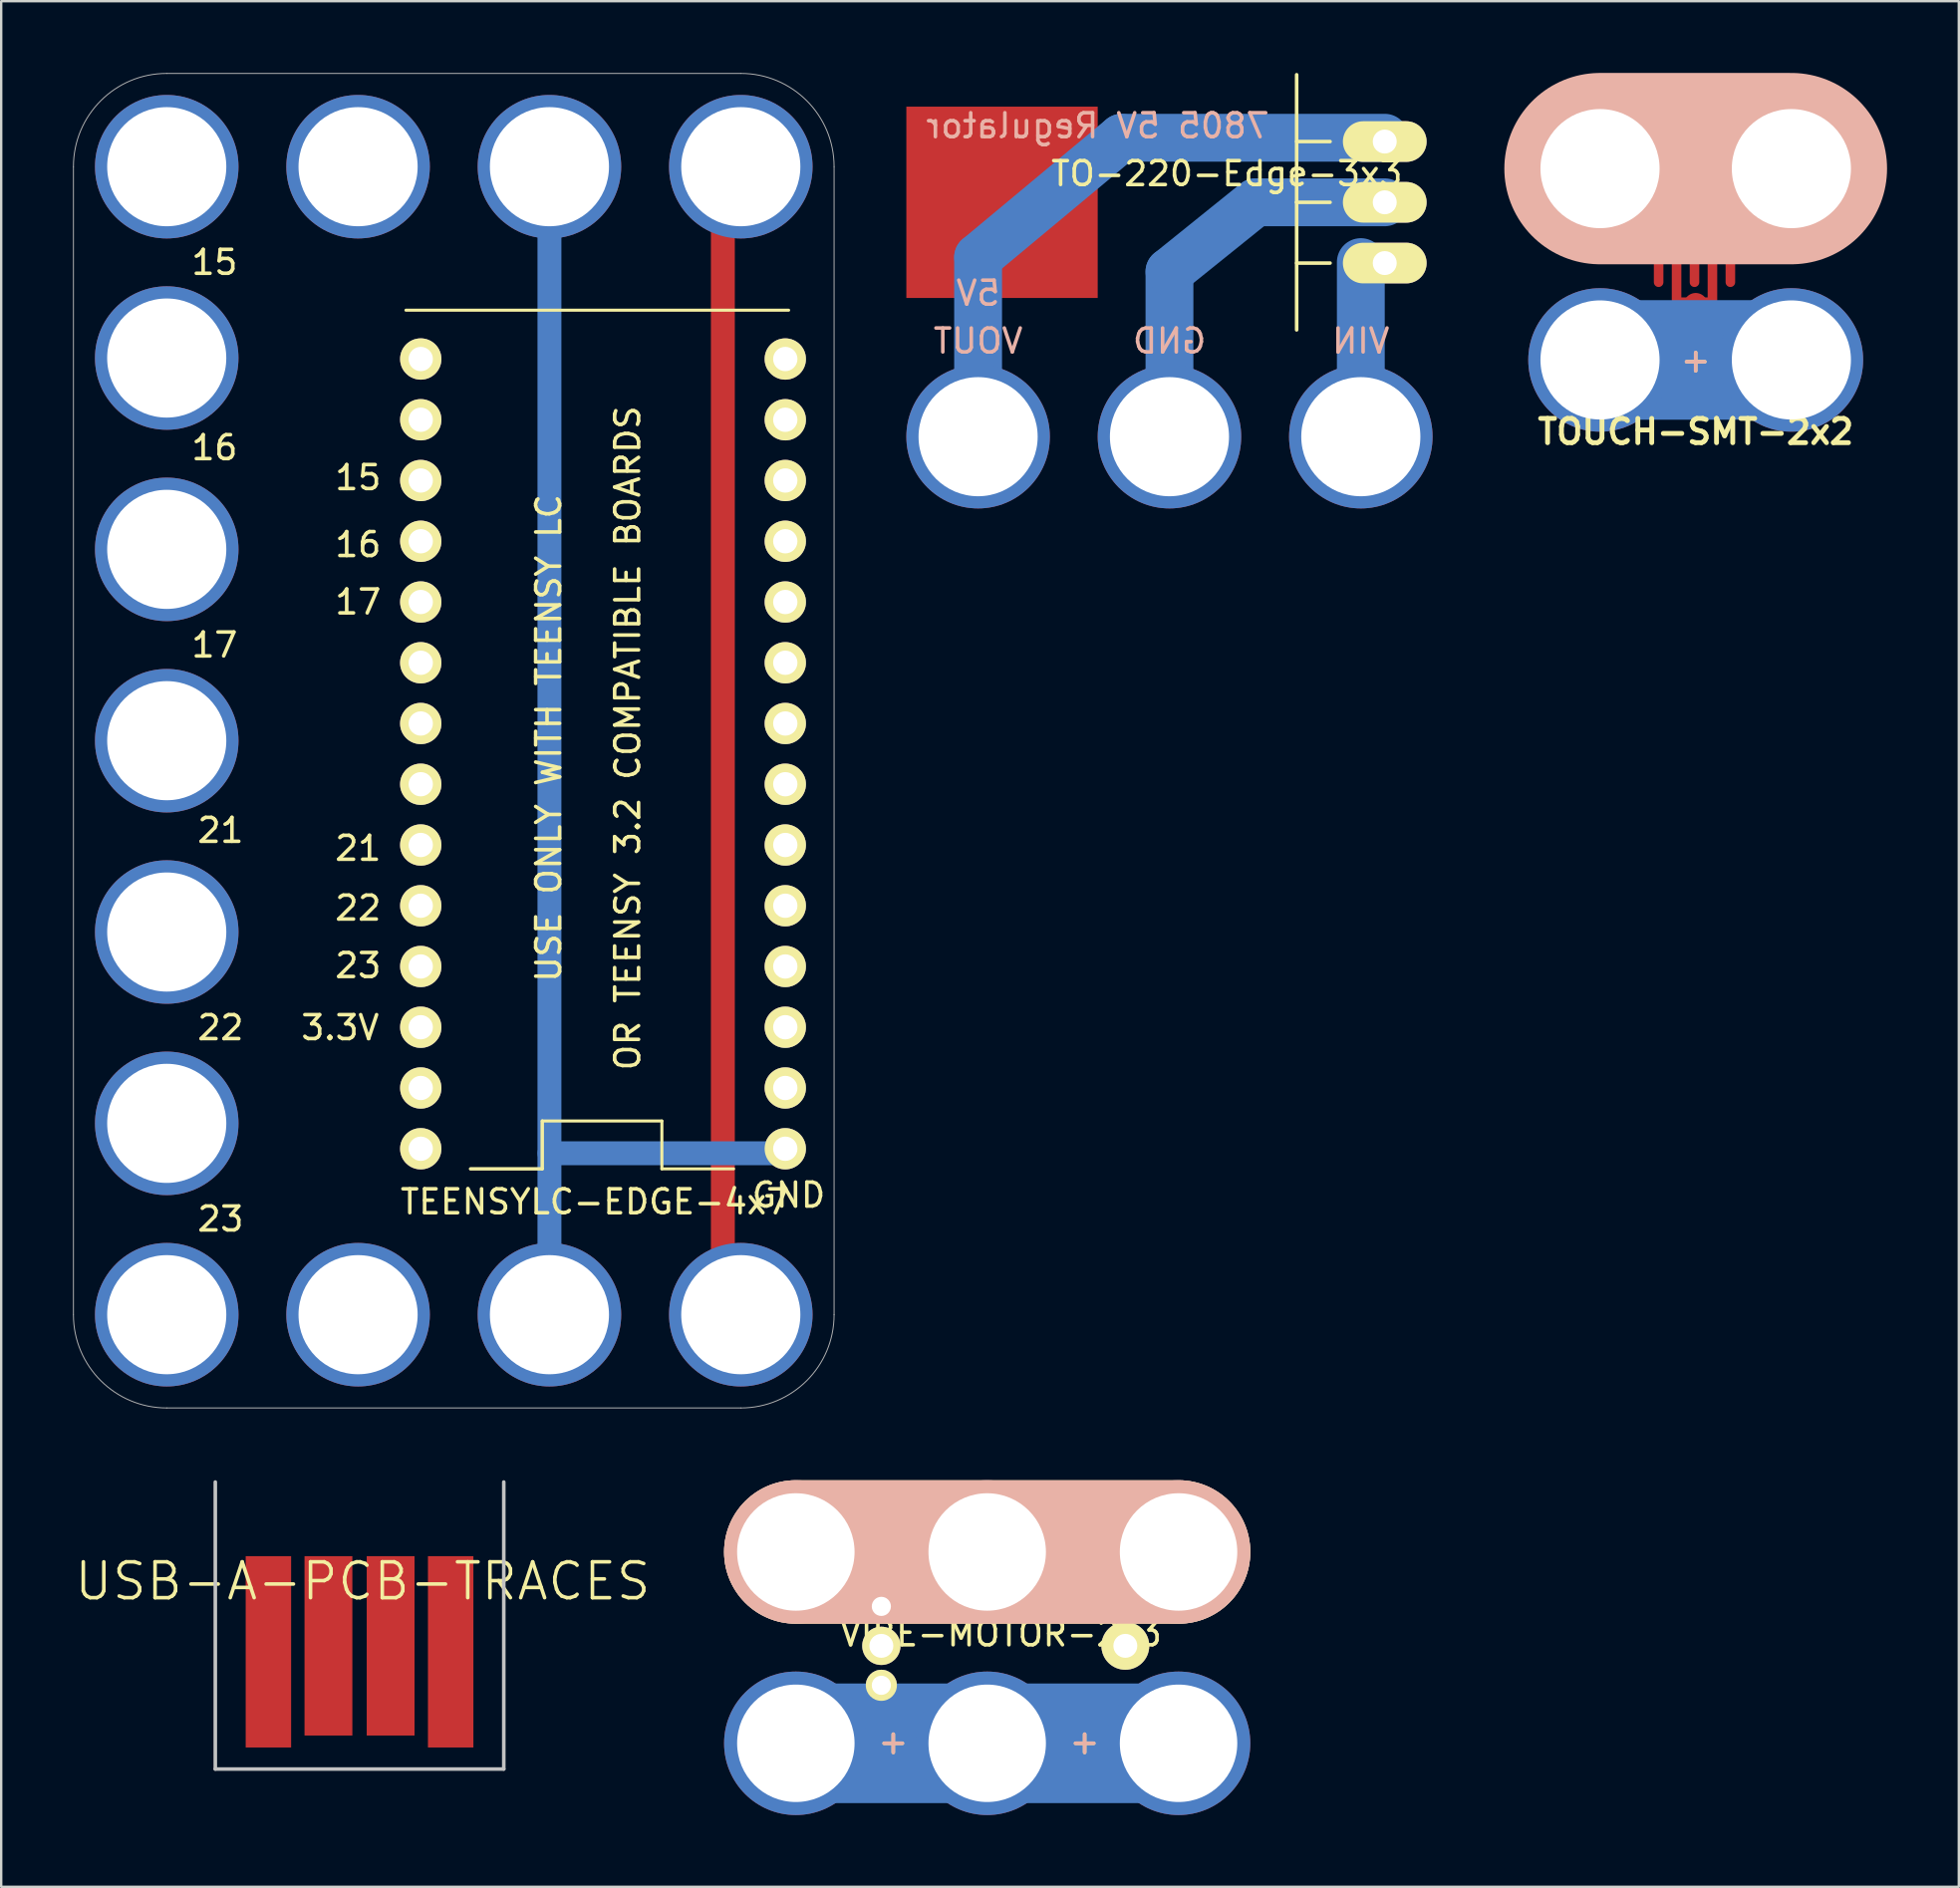
<source format=kicad_pcb>
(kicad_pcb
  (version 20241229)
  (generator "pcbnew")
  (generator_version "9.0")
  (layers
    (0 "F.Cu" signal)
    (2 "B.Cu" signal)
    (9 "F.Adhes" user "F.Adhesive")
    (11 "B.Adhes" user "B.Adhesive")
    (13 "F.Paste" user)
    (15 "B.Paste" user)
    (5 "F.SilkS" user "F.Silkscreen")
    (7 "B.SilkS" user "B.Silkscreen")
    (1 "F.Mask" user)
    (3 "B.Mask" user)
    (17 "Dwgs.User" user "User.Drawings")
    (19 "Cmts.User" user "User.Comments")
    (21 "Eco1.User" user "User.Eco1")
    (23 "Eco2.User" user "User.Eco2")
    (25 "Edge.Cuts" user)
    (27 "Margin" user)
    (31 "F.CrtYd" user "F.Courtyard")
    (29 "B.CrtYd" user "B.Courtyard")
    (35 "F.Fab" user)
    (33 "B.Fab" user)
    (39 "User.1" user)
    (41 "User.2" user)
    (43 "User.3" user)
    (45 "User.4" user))
  (footprint "TO-220-Edge-3x3"
    (layer "F.Cu")
    (at 45.841 7.209)
    (property "Reference" "TO-220-Edge-3x3" (at 2.4 -3 0) (layer "F.SilkS") (effects (font (size 1 1) (thickness 0.15))))
    (attr through_hole)
    (fp_line (start -8 0.5) (end -8 8) (stroke (width 2) (type solid)) (layer "B.Cu"))
    (fp_line (start -2 -4.5) (end -8 0.5) (stroke (width 2) (type solid)) (layer "B.Cu"))
    (fp_line (start 0 1.1) (end 0 8.3) (stroke (width 2) (type solid)) (layer "B.Cu"))
    (fp_line (start 3.6 -1.8) (end 0 1.1) (stroke (width 2) (type solid)) (layer "B.Cu"))
    (fp_line (start 8 8.1) (end 8 0.7) (stroke (width 2) (type solid)) (layer "B.Cu"))
    (fp_line (start 9 -4.5) (end -2 -4.5) (stroke (width 2) (type solid)) (layer "B.Cu"))
    (fp_line (start 9 -1.8) (end 3.6 -1.8) (stroke (width 2) (type solid)) (layer "B.Cu"))
    (fp_line (start 5.317 -4.34) (end 6.714 -4.34) (stroke (width 0.15) (type solid)) (layer "F.SilkS"))
    (fp_line (start 5.317 -1.8) (end 5.317 -7.134) (stroke (width 0.15) (type solid)) (layer "F.SilkS"))
    (fp_line (start 5.317 -1.8) (end 5.317 3.534) (stroke (width 0.15) (type solid)) (layer "F.SilkS"))
    (fp_line (start 5.317 -1.8) (end 6.714 -1.8) (stroke (width 0.15) (type solid)) (layer "F.SilkS"))
    (fp_line (start 5.317 0.74) (end 6.714 0.74) (stroke (width 0.15) (type solid)) (layer "F.SilkS"))
    (fp_text user "VOUT" (at -8 4 0) (layer "B.SilkS") (effects (font (size 1 1) (thickness 0.15)) (justify mirror)))
    (fp_text user "GND" (at 0 4 0) (layer "B.SilkS") (effects (font (size 1 1) (thickness 0.15)) (justify mirror)))
    (fp_text user "5V" (at -8 2 0) (layer "B.SilkS") (effects (font (size 1 1) (thickness 0.15)) (justify mirror)))
    (fp_text user "7805 5V Regulator" (at -3 -5 0) (layer "B.SilkS") (effects (font (size 1 1) (thickness 0.15)) (justify mirror)))
    (fp_text user "VIN" (at 8 4 0) (layer "B.SilkS") (effects (font (size 1 1) (thickness 0.15)) (justify mirror)))
    (pad "1" thru_hole circle (at 8 8 90) (size 6 6) (drill 4.98) (layers "*.Cu" "*.Mask"))
    (pad "1" thru_hole oval (at 9 0.74 180) (size 3.5 1.699) (drill 1.001) (layers "*.Cu" "*.Mask" "F.SilkS"))
    (pad "2" thru_hole circle (at 0 8 90) (size 6 6) (drill 4.98) (layers "*.Cu" "*.Mask"))
    (pad "2" thru_hole oval (at 9 -1.8 180) (size 3.5 1.699) (drill 1.001) (layers "*.Cu" "*.Mask" "F.SilkS"))
    (pad "3" thru_hole circle (at -8 8 90) (size 6 6) (drill 4.98) (layers "*.Cu" "*.Mask"))
    (pad "3" thru_hole oval (at 9 -4.34 180) (size 3.5 1.699) (drill 1.001) (layers "*.Cu" "*.Mask" "F.SilkS"))
    (pad "GND" smd rect (at -7 -1.8 180) (size 8 8) (layers "F.Cu" "F.Mask" "F.Paste")))
  (footprint "USB-A-PCB-TRACES"
    (layer "F.Cu")
    (at 11.981 70.916)
    (property "Reference" "USB-A-PCB-TRACES" (at 0.13 -7.85 0) (layer "F.SilkS") (effects (font (size 1.5 1.5) (thickness 0.15))))
    (attr exclude_from_pos_files exclude_from_bom)
    (fp_line (start -6.03 0) (end -6.03 -12) (stroke (width 0.15) (type solid)) (layer "Dwgs.User"))
    (fp_line (start 6.03 0) (end -6.03 0) (stroke (width 0.15) (type solid)) (layer "Dwgs.User"))
    (fp_line (start 6.03 0) (end 6.03 -12) (stroke (width 0.15) (type solid)) (layer "Dwgs.User"))
    (pad "1" connect rect (at 3.81 -4.9) (size 1.9 8) (layers "F.Cu" "F.Mask"))
    (pad "2" connect rect (at 1.3 -5.15) (size 2 7.5) (layers "F.Cu" "F.Mask"))
    (pad "3" connect rect (at -1.3 -5.15) (size 2 7.5) (layers "F.Cu" "F.Mask"))
    (pad "4" connect rect (at -3.81 -4.9) (size 1.9 8) (layers "F.Cu" "F.Mask")))
  (footprint "VIBE-MOTOR-2x3"
    (layer "F.Cu")
    (at 42.221 69.841)
    (property "Reference" "VIBE-MOTOR-2x3" (at -3.425 -4.575 180) (layer "F.SilkS") (effects (font (size 1 1) (thickness 0.15))))
    (attr through_hole)
    (fp_line (start -12 -8) (end 4 -8) (stroke (width 5) (type solid)) (layer "B.Cu"))
    (fp_line (start -12 0) (end 4 0) (stroke (width 5) (type solid)) (layer "B.Cu"))
    (fp_line (start -12 0) (end 4 0) (stroke (width 5) (type solid)) (layer "B.Mask"))
    (fp_line (start 4 -8) (end -12 -8) (stroke (width 5) (type solid)) (layer "B.Mask"))
    (fp_line (start -12 -8) (end 4 -8) (stroke (width 6) (type solid)) (layer "F.SilkS"))
    (fp_line (start -12 -8) (end 4 -8) (stroke (width 6) (type solid)) (layer "B.SilkS"))
    (fp_text user "-" (at -8 -8 180) (layer "F.SilkS") (effects (font (size 1 1) (thickness 0.15))))
    (fp_text user "+" (at -8 0 90) (layer "F.SilkS") (effects (font (size 1 1) (thickness 0.15))))
    (fp_text user "-" (at 0 -8 0) (layer "F.SilkS") (effects (font (size 1 1) (thickness 0.15))))
    (fp_text user "+" (at 0 0 90) (layer "F.SilkS") (effects (font (size 1 1) (thickness 0.15))))
    (fp_text user "+" (at 0 0 90) (layer "B.SilkS") (effects (font (size 1 1) (thickness 0.15)) (justify mirror)))
    (fp_text user "+" (at -8 0 90) (layer "B.SilkS") (effects (font (size 1 1) (thickness 0.15)) (justify mirror)))
    (pad "1" thru_hole circle (at -12 0) (size 6 6) (drill 4.91) (layers "*.Cu" "*.Mask"))
    (pad "1" thru_hole circle (at -8.425 -2.425 90) (size 1.3 1.3) (drill 0.8) (layers "*.Cu" "*.Mask" "F.SilkS"))
    (pad "1" thru_hole circle (at -4 0) (size 6 6) (drill 4.91) (layers "*.Cu" "*.Mask"))
    (pad "1" thru_hole circle (at 4 0) (size 6 6) (drill 4.91) (layers "*.Cu" "*.Mask"))
    (pad "2" thru_hole circle (at -12 -8) (size 6 6) (drill 4.91) (layers "*.Cu" "*.Mask"))
    (pad "2" thru_hole circle (at -8.425 -5.725 90) (size 1.3 1.3) (drill 0.8) (layers "*.Cu" "*.Mask" "F.SilkS"))
    (pad "2" thru_hole circle (at -4 -8) (size 6 6) (drill 4.91) (layers "*.Cu" "*.Mask"))
    (pad "2" thru_hole circle (at 4 -8) (size 6 6) (drill 4.91) (layers "*.Cu" "*.Mask"))
    (pad "3" thru_hole circle (at -8.425 -4.075 90) (size 1.6 1.6) (drill 1) (layers "*.Cu" "*.Mask" "F.SilkS"))
    (pad "3" thru_hole circle (at 1.775 -4.075 90) (size 2 2) (drill 1) (layers "*.Cu" "*.Mask" "F.SilkS")))
  (footprint "TEENSYLC-EDGE-4x7"
    (layer "F.Cu")
    (at 3.92 3.92)
    (property "Reference" "TEENSYLC-EDGE-4x7" (at 17.9 43.28 0) (layer "F.SilkS") (effects (font (size 1 1) (thickness 0.15))))
    (attr through_hole)
    (fp_line (start 23.25 0.5) (end 23.25 48.25) (stroke (width 1) (type solid)) (layer "F.Cu"))
    (fp_line (start 16 0.25) (end 16 48) (stroke (width 1) (type solid)) (layer "B.Cu"))
    (fp_line (start 25.75 41.25) (end 16 41.25) (stroke (width 1) (type solid)) (layer "B.Cu"))
    (fp_line (start 10 6) (end 26 6) (stroke (width 0.127) (type solid)) (layer "F.SilkS"))
    (fp_line (start 12.7 41.901) (end 15.7 41.901) (stroke (width 0.127) (type solid)) (layer "F.SilkS"))
    (fp_line (start 12.7 41.901) (end 15.7 41.901) (stroke (width 0.127) (type solid)) (layer "F.SilkS"))
    (fp_line (start 15.7 41.901) (end 15.7 39.901) (stroke (width 0.127) (type solid)) (layer "F.SilkS"))
    (fp_line (start 15.7 41.901) (end 15.7 39.901) (stroke (width 0.127) (type solid)) (layer "F.SilkS"))
    (fp_line (start 20.7 39.901) (end 15.7 39.901) (stroke (width 0.127) (type solid)) (layer "F.SilkS"))
    (fp_line (start 20.7 41.901) (end 20.7 39.901) (stroke (width 0.127) (type solid)) (layer "F.SilkS"))
    (fp_line (start 20.7 41.901) (end 23.7 41.901) (stroke (width 0.127) (type solid)) (layer "F.SilkS"))
    (fp_line (start -3.9 0) (end -3.9 48) (stroke (width 0.041) (type solid)) (layer "F.Fab"))
    (fp_line (start 0 51.9) (end 24 51.9) (stroke (width 0.041) (type solid)) (layer "F.Fab"))
    (fp_line (start 24 -3.9) (end 0 -3.9) (stroke (width 0.041) (type solid)) (layer "F.Fab"))
    (fp_line (start 27.9 48) (end 27.9 0) (stroke (width 0.041) (type solid)) (layer "F.Fab"))
    (fp_arc (start -3.9 0) (mid -2.757716 -2.757716) (end 0 -3.9) (stroke (width 0.04064) (type solid)) (layer "F.Fab"))
    (fp_arc (start 0 51.9) (mid -2.755309 50.760122) (end -3.899994 48.006807) (stroke (width 0.04064) (type solid)) (layer "F.Fab"))
    (fp_arc (start 24 -3.9) (mid 26.755309 -2.760122) (end 27.899994 -0.006807) (stroke (width 0.04064) (type solid)) (layer "F.Fab"))
    (fp_arc (start 27.9 48) (mid 26.757716 50.757716) (end 24 51.9) (stroke (width 0.04064) (type solid)) (layer "F.Fab"))
    (fp_text user "OR TEENSY 3.2 COMPATIBLE BOARDS" (at 19.271 23.892 90) (layer "F.SilkS") (effects (font (size 1 1) (thickness 0.15))))
    (fp_text user "15" (at 8 13 0) (layer "F.SilkS") (effects (font (size 1 1) (thickness 0.15))))
    (fp_text user "16" (at 2 11.75 180) (layer "F.SilkS") (effects (font (size 1 1) (thickness 0.15))))
    (fp_text user "15" (at 2 4 0) (layer "F.SilkS") (effects (font (size 1 1) (thickness 0.15))))
    (fp_text user "USE ONLY WITH TEENSY LC" (at 15.969 23.892 90) (layer "F.SilkS") (effects (font (size 1 1) (thickness 0.15))))
    (fp_text user "3.3V" (at 7.25 36 0) (layer "F.SilkS") (effects (font (size 1 1) (thickness 0.15))))
    (fp_text user "21" (at 2.25 27.75 180) (layer "F.SilkS") (effects (font (size 1 1) (thickness 0.15))))
    (fp_text user "21" (at 8 28.5 0) (layer "F.SilkS") (effects (font (size 1 1) (thickness 0.15))))
    (fp_text user "23" (at 8 33.401 0) (layer "F.SilkS") (effects (font (size 1 1) (thickness 0.15))))
    (fp_text user "23" (at 2.25 44 180) (layer "F.SilkS") (effects (font (size 1 1) (thickness 0.15))))
    (fp_text user "22" (at 8 31.001 0) (layer "F.SilkS") (effects (font (size 1 1) (thickness 0.15))))
    (fp_text user "17" (at 2 20 180) (layer "F.SilkS") (effects (font (size 1 1) (thickness 0.15))))
    (fp_text user "GND" (at 26 43 0) (layer "F.SilkS") (effects (font (size 1 1) (thickness 0.15))))
    (fp_text user "22" (at 2.25 36 180) (layer "F.SilkS") (effects (font (size 1 1) (thickness 0.15))))
    (fp_text user "17" (at 8 18.201 0) (layer "F.SilkS") (effects (font (size 1 1) (thickness 0.15))))
    (fp_text user "16" (at 8 15.801 0) (layer "F.SilkS") (effects (font (size 1 1) (thickness 0.15))))
    (pad "0" thru_hole circle (at 25.86 38.521 180) (size 1.727 1.727) (drill 1.016) (layers "*.Cu" "*.Mask" "F.SilkS"))
    (pad "1" thru_hole circle (at 25.86 35.981 180) (size 1.727 1.727) (drill 1.016) (layers "*.Cu" "*.Mask" "F.SilkS"))
    (pad "2" thru_hole circle (at 25.86 33.441 180) (size 1.727 1.727) (drill 1.016) (layers "*.Cu" "*.Mask" "F.SilkS"))
    (pad "3" thru_hole circle (at 25.86 30.901 180) (size 1.727 1.727) (drill 1.016) (layers "*.Cu" "*.Mask" "F.SilkS"))
    (pad "3.3V" thru_hole circle (at 10.62 35.981 180) (size 1.727 1.727) (drill 1.016) (layers "*.Cu" "*.Mask" "F.SilkS"))
    (pad "3.3V" thru_hole circle (at 24 0 90) (size 6 6) (drill 4.98) (layers "*.Cu" "*.Mask"))
    (pad "3.3V" thru_hole circle (at 24 48 90) (size 6 6) (drill 4.98) (layers "*.Cu" "*.Mask"))
    (pad "4" thru_hole circle (at 25.86 28.361 180) (size 1.727 1.727) (drill 1.016) (layers "*.Cu" "*.Mask" "F.SilkS"))
    (pad "5" thru_hole circle (at 25.86 25.821 180) (size 1.727 1.727) (drill 1.016) (layers "*.Cu" "*.Mask" "F.SilkS"))
    (pad "6" thru_hole circle (at 25.86 23.281 180) (size 1.727 1.727) (drill 1.016) (layers "*.Cu" "*.Mask" "F.SilkS"))
    (pad "7" thru_hole circle (at 25.86 20.741 180) (size 1.727 1.727) (drill 1.016) (layers "*.Cu" "*.Mask" "F.SilkS"))
    (pad "8" thru_hole circle (at 25.86 18.201 180) (size 1.727 1.727) (drill 1.016) (layers "*.Cu" "*.Mask" "F.SilkS"))
    (pad "9" thru_hole circle (at 25.86 15.661 180) (size 1.727 1.727) (drill 1.016) (layers "*.Cu" "*.Mask" "F.SilkS"))
    (pad "10" thru_hole circle (at 25.86 13.121 180) (size 1.727 1.727) (drill 1.016) (layers "*.Cu" "*.Mask" "F.SilkS"))
    (pad "11" thru_hole circle (at 25.86 10.581 180) (size 1.727 1.727) (drill 1.016) (layers "*.Cu" "*.Mask" "F.SilkS"))
    (pad "12" thru_hole circle (at 25.86 8.041 180) (size 1.727 1.727) (drill 1.016) (layers "*.Cu" "*.Mask" "F.SilkS"))
    (pad "13" thru_hole circle (at 10.62 8.041 180) (size 1.727 1.727) (drill 1.016) (layers "*.Cu" "*.Mask" "F.SilkS"))
    (pad "14" thru_hole circle (at 10.62 10.581 180) (size 1.727 1.727) (drill 1.016) (layers "*.Cu" "*.Mask" "F.SilkS"))
    (pad "15" thru_hole circle (at 0.001 0 90) (size 6 6) (drill 4.98) (layers "*.Cu" "*.Mask"))
    (pad "15" thru_hole circle (at 8 0 90) (size 6 6) (drill 4.98) (layers "*.Cu" "*.Mask"))
    (pad "15" thru_hole circle (at 8 48 90) (size 6 6) (drill 4.98) (layers "*.Cu" "*.Mask"))
    (pad "15" thru_hole circle (at 10.62 13.121 180) (size 1.727 1.727) (drill 1.016) (layers "*.Cu" "*.Mask" "F.SilkS"))
    (pad "16" thru_hole circle (at 0 8 90) (size 6 6) (drill 4.98) (layers "*.Cu" "*.Mask"))
    (pad "16" thru_hole circle (at 10.62 15.661 180) (size 1.727 1.727) (drill 1.016) (layers "*.Cu" "*.Mask" "F.SilkS"))
    (pad "17" thru_hole circle (at 0.001 16 90) (size 6 6) (drill 4.98) (layers "*.Cu" "*.Mask"))
    (pad "17" thru_hole circle (at 10.62 18.201 180) (size 1.727 1.727) (drill 1.016) (layers "*.Cu" "*.Mask" "F.SilkS"))
    (pad "18" thru_hole circle (at 10.62 20.741 180) (size 1.727 1.727) (drill 1.016) (layers "*.Cu" "*.Mask" "F.SilkS"))
    (pad "19" thru_hole circle (at 10.62 23.281 180) (size 1.727 1.727) (drill 1.016) (layers "*.Cu" "*.Mask" "F.SilkS"))
    (pad "20" thru_hole circle (at 10.62 25.821 180) (size 1.727 1.727) (drill 1.016) (layers "*.Cu" "*.Mask" "F.SilkS"))
    (pad "21" thru_hole circle (at 0.001 24 90) (size 6 6) (drill 4.98) (layers "*.Cu" "*.Mask"))
    (pad "21" thru_hole circle (at 10.62 28.361 180) (size 1.727 1.727) (drill 1.016) (layers "*.Cu" "*.Mask" "F.SilkS"))
    (pad "22" thru_hole circle (at 0.001 32 90) (size 6 6) (drill 4.98) (layers "*.Cu" "*.Mask"))
    (pad "22" thru_hole circle (at 10.62 30.901 180) (size 1.727 1.727) (drill 1.016) (layers "*.Cu" "*.Mask" "F.SilkS"))
    (pad "23" thru_hole circle (at 0.001 40 90) (size 6 6) (drill 4.98) (layers "*.Cu" "*.Mask"))
    (pad "23" thru_hole circle (at 10.62 33.441 180) (size 1.727 1.727) (drill 1.016) (layers "*.Cu" "*.Mask" "F.SilkS"))
    (pad "G3" thru_hole circle (at 10.62 38.521 180) (size 1.727 1.727) (drill 1.016) (layers "*.Cu" "*.Mask" "F.SilkS"))
    (pad "GND" thru_hole circle (at 0.001 48 90) (size 6 6) (drill 4.98) (layers "*.Cu" "*.Mask"))
    (pad "GND" thru_hole circle (at 16 0 90) (size 6 6) (drill 4.98) (layers "*.Cu" "*.Mask"))
    (pad "GND" thru_hole circle (at 16 48 90) (size 6 6) (drill 4.98) (layers "*.Cu" "*.Mask"))
    (pad "GND" thru_hole circle (at 25.86 41.061 180) (size 1.727 1.727) (drill 1.016) (layers "*.Cu" "*.Mask" "F.SilkS"))
    (pad "VIN" thru_hole circle (at 10.62 41.061 180) (size 1.727 1.727) (drill 1.016) (layers "*.Cu" "*.Mask" "F.SilkS")))
  (footprint "TOUCH-SMT-2x2"
    (layer "F.Cu")
    (at 67.841 8)
    (property "Reference" "TOUCH-SMT-2x2" (at 0 7 0) (layer "F.SilkS") (effects (font (size 1.016 1.016) (thickness 0.203))))
    (attr through_hole)
    (fp_line (start -1.55 -1) (end -1.55 0.75) (stroke (width 0.4) (type solid)) (layer "F.Cu"))
    (fp_line (start -0.8 -0.25) (end -0.8 1.5) (stroke (width 0.4) (type solid)) (layer "F.Cu"))
    (fp_line (start -0.05 -1) (end -0.05 0.75) (stroke (width 0.4) (type solid)) (layer "F.Cu"))
    (fp_line (start 0 -4) (end 0 -1.1) (stroke (width 1) (type solid)) (layer "F.Cu"))
    (fp_line (start 0 1.7) (end 0 4.6) (stroke (width 1) (type solid)) (layer "F.Cu"))
    (fp_line (start 0.7 1.5) (end 0.7 -0.25) (stroke (width 0.4) (type solid)) (layer "F.Cu"))
    (fp_line (start 1.45 -1) (end 1.45 0.75) (stroke (width 0.4) (type solid)) (layer "F.Cu"))
    (fp_line (start 4 -4) (end -4.1 -4) (stroke (width 1) (type solid)) (layer "F.Cu"))
    (fp_line (start 4 4.6) (end -4.1 4.6) (stroke (width 1) (type solid)) (layer "F.Cu"))
    (fp_line (start -4 -4) (end 4 -4) (stroke (width 5) (type solid)) (layer "B.Cu"))
    (fp_line (start -4 4) (end 4 4) (stroke (width 5) (type solid)) (layer "B.Cu"))
    (fp_line (start -4 -4) (end 4 -4) (stroke (width 5) (type solid)) (layer "B.Mask"))
    (fp_line (start -4 4) (end 4 4) (stroke (width 5) (type solid)) (layer "B.Mask"))
    (fp_line (start -4 -4) (end 4 -4) (stroke (width 8) (type solid)) (layer "B.SilkS"))
    (fp_text user "+" (at 0 4 0) (layer "F.SilkS") (effects (font (size 1 1) (thickness 0.15))))
    (fp_text user "-" (at 0 -4 0) (layer "F.SilkS") (effects (font (size 1 1) (thickness 0.15))))
    (fp_text user "+" (at 0 4 0) (layer "B.SilkS") (effects (font (size 1 1) (thickness 0.15)) (justify mirror)))
    (fp_text user "+" (at 0 -4 0) (layer "B.SilkS") (effects (font (size 1 1) (thickness 0.15)) (justify mirror)))
    (pad "" smd circle (at -0.05 0) (size 4 4) (layers "F.Mask" "F.Paste"))
    (pad "1" thru_hole circle (at -4 -4) (size 6 6) (drill 4.98) (layers "*.Cu" "*.Mask"))
    (pad "1" smd rect (at -0.05 -1) (size 3 0.5) (layers "F.Cu" "F.Mask" "F.Paste"))
    (pad "1" thru_hole circle (at 4 -4) (size 6 6) (drill 4.98) (layers "*.Cu" "*.Mask"))
    (pad "2" thru_hole circle (at -4 4) (size 6 6) (drill 4.98) (layers "*.Cu" "*.Mask"))
    (pad "2" smd rect (at -0.05 1.635) (size 1.8 0.5) (layers "F.Cu" "F.Mask" "F.Paste"))
    (pad "2" thru_hole circle (at 4 4) (size 6 6) (drill 4.98) (layers "*.Cu" "*.Mask")))
  (gr_rect
    (start -3 -3)
    (end 78.841 75.841)
    (stroke (width 0.1) (type default))
    (fill no)
    (layer "Edge.Cuts")))
</source>
